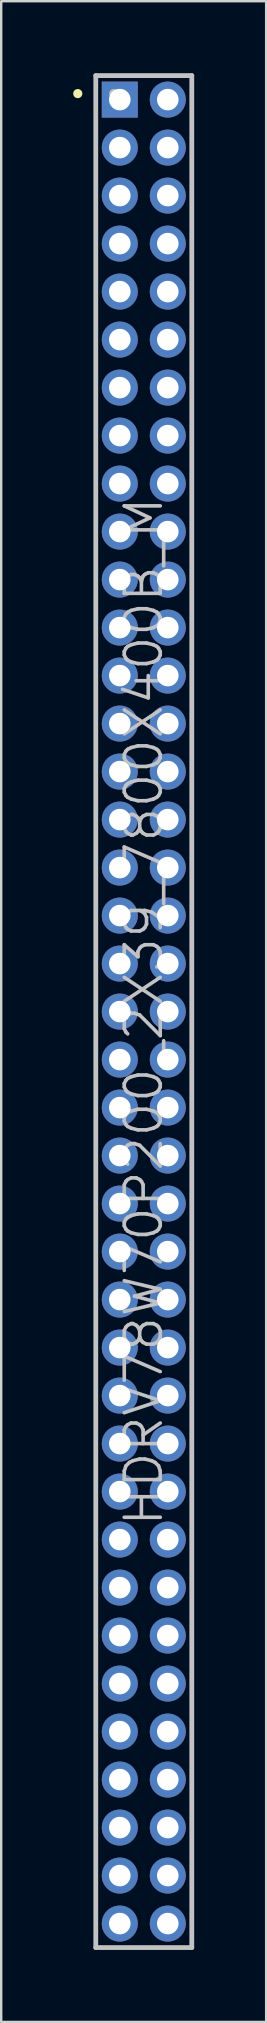
<source format=kicad_pcb>
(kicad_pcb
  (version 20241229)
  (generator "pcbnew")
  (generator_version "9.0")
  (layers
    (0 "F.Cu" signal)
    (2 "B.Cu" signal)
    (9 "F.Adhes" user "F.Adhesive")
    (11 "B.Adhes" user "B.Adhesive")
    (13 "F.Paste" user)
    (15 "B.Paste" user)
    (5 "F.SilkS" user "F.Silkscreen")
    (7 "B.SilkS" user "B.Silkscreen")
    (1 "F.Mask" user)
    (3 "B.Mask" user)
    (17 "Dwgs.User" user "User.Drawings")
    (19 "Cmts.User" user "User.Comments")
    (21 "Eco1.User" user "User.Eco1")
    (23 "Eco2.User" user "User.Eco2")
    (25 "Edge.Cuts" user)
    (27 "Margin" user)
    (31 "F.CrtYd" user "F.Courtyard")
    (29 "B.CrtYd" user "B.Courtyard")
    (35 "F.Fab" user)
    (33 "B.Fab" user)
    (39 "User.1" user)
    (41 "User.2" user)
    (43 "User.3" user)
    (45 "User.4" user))
  (footprint "HDRV78W70P200_2X39_7800X400B_M"
    (layer "F.Cu")
    (at 2.941 39.1)
    (property "Reference" "HDRV78W70P200_2X39_7800X400B_M" (at 0 0 90) (layer "Dwgs.User") (effects (font (size 1.5 1.5) (thickness 0.15))))
    (attr through_hole)
    (fp_line (start -2.75 -38.25) (end -2.75 -38.25) (stroke (width 0.381) (type solid)) (layer "F.SilkS"))
    (fp_line (start -2 -39) (end -2 39) (stroke (width 0.2) (type solid)) (layer "Dwgs.User"))
    (fp_line (start -2 -39) (end 2 -39) (stroke (width 0.2) (type solid)) (layer "Dwgs.User"))
    (fp_line (start -2 39) (end 2 39) (stroke (width 0.2) (type solid)) (layer "Dwgs.User"))
    (fp_line (start -1.25 -38.25) (end -1.25 -38.25) (stroke (width 0.381) (type solid)) (layer "Dwgs.User"))
    (fp_line (start 2 -39) (end 2 39) (stroke (width 0.2) (type solid)) (layer "Dwgs.User"))
    (pad "1" thru_hole rect (at -1 -38) (size 1.5 1.5) (drill 0.9) (layers "*.Cu" "*.Mask"))
    (pad "2" thru_hole circle (at 1 -38 270) (size 1.5 1.5) (drill 0.9) (layers "*.Cu" "*.Mask"))
    (pad "3" thru_hole circle (at -1 -36 270) (size 1.5 1.5) (drill 0.9) (layers "*.Cu" "*.Mask"))
    (pad "4" thru_hole circle (at 1 -36 270) (size 1.5 1.5) (drill 0.9) (layers "*.Cu" "*.Mask"))
    (pad "5" thru_hole circle (at -1 -34 270) (size 1.5 1.5) (drill 0.9) (layers "*.Cu" "*.Mask"))
    (pad "6" thru_hole circle (at 1 -34 270) (size 1.5 1.5) (drill 0.9) (layers "*.Cu" "*.Mask"))
    (pad "7" thru_hole circle (at -1 -32 270) (size 1.5 1.5) (drill 0.9) (layers "*.Cu" "*.Mask"))
    (pad "8" thru_hole circle (at 1 -32 270) (size 1.5 1.5) (drill 0.9) (layers "*.Cu" "*.Mask"))
    (pad "9" thru_hole circle (at -1 -30 270) (size 1.5 1.5) (drill 0.9) (layers "*.Cu" "*.Mask"))
    (pad "10" thru_hole circle (at 1 -30 270) (size 1.5 1.5) (drill 0.9) (layers "*.Cu" "*.Mask"))
    (pad "11" thru_hole circle (at -1 -28 270) (size 1.5 1.5) (drill 0.9) (layers "*.Cu" "*.Mask"))
    (pad "12" thru_hole circle (at 1 -28 270) (size 1.5 1.5) (drill 0.9) (layers "*.Cu" "*.Mask"))
    (pad "13" thru_hole circle (at -1 -26 270) (size 1.5 1.5) (drill 0.9) (layers "*.Cu" "*.Mask"))
    (pad "14" thru_hole circle (at 1 -26 270) (size 1.5 1.5) (drill 0.9) (layers "*.Cu" "*.Mask"))
    (pad "15" thru_hole circle (at -1 -24 270) (size 1.5 1.5) (drill 0.9) (layers "*.Cu" "*.Mask"))
    (pad "16" thru_hole circle (at 1 -24 270) (size 1.5 1.5) (drill 0.9) (layers "*.Cu" "*.Mask"))
    (pad "17" thru_hole circle (at -1 -22 270) (size 1.5 1.5) (drill 0.9) (layers "*.Cu" "*.Mask"))
    (pad "18" thru_hole circle (at 1 -22 270) (size 1.5 1.5) (drill 0.9) (layers "*.Cu" "*.Mask"))
    (pad "19" thru_hole circle (at -1 -20 270) (size 1.5 1.5) (drill 0.9) (layers "*.Cu" "*.Mask"))
    (pad "20" thru_hole circle (at 1 -20 270) (size 1.5 1.5) (drill 0.9) (layers "*.Cu" "*.Mask"))
    (pad "21" thru_hole circle (at -1 -18 270) (size 1.5 1.5) (drill 0.9) (layers "*.Cu" "*.Mask"))
    (pad "22" thru_hole circle (at 1 -18 270) (size 1.5 1.5) (drill 0.9) (layers "*.Cu" "*.Mask"))
    (pad "23" thru_hole circle (at -1 -16 270) (size 1.5 1.5) (drill 0.9) (layers "*.Cu" "*.Mask"))
    (pad "24" thru_hole circle (at 1 -16 270) (size 1.5 1.5) (drill 0.9) (layers "*.Cu" "*.Mask"))
    (pad "25" thru_hole circle (at -1 -14 270) (size 1.5 1.5) (drill 0.9) (layers "*.Cu" "*.Mask"))
    (pad "26" thru_hole circle (at 1 -14 270) (size 1.5 1.5) (drill 0.9) (layers "*.Cu" "*.Mask"))
    (pad "27" thru_hole circle (at -1 -12 270) (size 1.5 1.5) (drill 0.9) (layers "*.Cu" "*.Mask"))
    (pad "28" thru_hole circle (at 1 -12 270) (size 1.5 1.5) (drill 0.9) (layers "*.Cu" "*.Mask"))
    (pad "29" thru_hole circle (at -1 -10 270) (size 1.5 1.5) (drill 0.9) (layers "*.Cu" "*.Mask"))
    (pad "30" thru_hole circle (at 1 -10 270) (size 1.5 1.5) (drill 0.9) (layers "*.Cu" "*.Mask"))
    (pad "31" thru_hole circle (at -1 -8 270) (size 1.5 1.5) (drill 0.9) (layers "*.Cu" "*.Mask"))
    (pad "32" thru_hole circle (at 1 -8 270) (size 1.5 1.5) (drill 0.9) (layers "*.Cu" "*.Mask"))
    (pad "33" thru_hole circle (at -1 -6 270) (size 1.5 1.5) (drill 0.9) (layers "*.Cu" "*.Mask"))
    (pad "34" thru_hole circle (at 1 -6 270) (size 1.5 1.5) (drill 0.9) (layers "*.Cu" "*.Mask"))
    (pad "35" thru_hole circle (at -1 -4 270) (size 1.5 1.5) (drill 0.9) (layers "*.Cu" "*.Mask"))
    (pad "36" thru_hole circle (at 1 -4 270) (size 1.5 1.5) (drill 0.9) (layers "*.Cu" "*.Mask"))
    (pad "37" thru_hole circle (at -1 -2 270) (size 1.5 1.5) (drill 0.9) (layers "*.Cu" "*.Mask"))
    (pad "38" thru_hole circle (at 1 -2 270) (size 1.5 1.5) (drill 0.9) (layers "*.Cu" "*.Mask"))
    (pad "39" thru_hole circle (at -1 0 270) (size 1.5 1.5) (drill 0.9) (layers "*.Cu" "*.Mask"))
    (pad "40" thru_hole circle (at 1 0 270) (size 1.5 1.5) (drill 0.9) (layers "*.Cu" "*.Mask"))
    (pad "41" thru_hole circle (at -1 2 270) (size 1.5 1.5) (drill 0.9) (layers "*.Cu" "*.Mask"))
    (pad "42" thru_hole circle (at 1 2 270) (size 1.5 1.5) (drill 0.9) (layers "*.Cu" "*.Mask"))
    (pad "43" thru_hole circle (at -1 4 270) (size 1.5 1.5) (drill 0.9) (layers "*.Cu" "*.Mask"))
    (pad "44" thru_hole circle (at 1 4 270) (size 1.5 1.5) (drill 0.9) (layers "*.Cu" "*.Mask"))
    (pad "45" thru_hole circle (at -1 6 270) (size 1.5 1.5) (drill 0.9) (layers "*.Cu" "*.Mask"))
    (pad "46" thru_hole circle (at 1 6 270) (size 1.5 1.5) (drill 0.9) (layers "*.Cu" "*.Mask"))
    (pad "47" thru_hole circle (at -1 8 270) (size 1.5 1.5) (drill 0.9) (layers "*.Cu" "*.Mask"))
    (pad "48" thru_hole circle (at 1 8 270) (size 1.5 1.5) (drill 0.9) (layers "*.Cu" "*.Mask"))
    (pad "49" thru_hole circle (at -1 10 270) (size 1.5 1.5) (drill 0.9) (layers "*.Cu" "*.Mask"))
    (pad "50" thru_hole circle (at 1 10 270) (size 1.5 1.5) (drill 0.9) (layers "*.Cu" "*.Mask"))
    (pad "51" thru_hole circle (at -1 12 270) (size 1.5 1.5) (drill 0.9) (layers "*.Cu" "*.Mask"))
    (pad "52" thru_hole circle (at 1 12 270) (size 1.5 1.5) (drill 0.9) (layers "*.Cu" "*.Mask"))
    (pad "53" thru_hole circle (at -1 14 270) (size 1.5 1.5) (drill 0.9) (layers "*.Cu" "*.Mask"))
    (pad "54" thru_hole circle (at 1 14 270) (size 1.5 1.5) (drill 0.9) (layers "*.Cu" "*.Mask"))
    (pad "55" thru_hole circle (at -1 16 270) (size 1.5 1.5) (drill 0.9) (layers "*.Cu" "*.Mask"))
    (pad "56" thru_hole circle (at 1 16 270) (size 1.5 1.5) (drill 0.9) (layers "*.Cu" "*.Mask"))
    (pad "57" thru_hole circle (at -1 18 270) (size 1.5 1.5) (drill 0.9) (layers "*.Cu" "*.Mask"))
    (pad "58" thru_hole circle (at 1 18 270) (size 1.5 1.5) (drill 0.9) (layers "*.Cu" "*.Mask"))
    (pad "59" thru_hole circle (at -1 20 270) (size 1.5 1.5) (drill 0.9) (layers "*.Cu" "*.Mask"))
    (pad "60" thru_hole circle (at 1 20 270) (size 1.5 1.5) (drill 0.9) (layers "*.Cu" "*.Mask"))
    (pad "61" thru_hole circle (at -1 22 270) (size 1.5 1.5) (drill 0.9) (layers "*.Cu" "*.Mask"))
    (pad "62" thru_hole circle (at 1 22 270) (size 1.5 1.5) (drill 0.9) (layers "*.Cu" "*.Mask"))
    (pad "63" thru_hole circle (at -1 24 270) (size 1.5 1.5) (drill 0.9) (layers "*.Cu" "*.Mask"))
    (pad "64" thru_hole circle (at 1 24 270) (size 1.5 1.5) (drill 0.9) (layers "*.Cu" "*.Mask"))
    (pad "65" thru_hole circle (at -1 26 270) (size 1.5 1.5) (drill 0.9) (layers "*.Cu" "*.Mask"))
    (pad "66" thru_hole circle (at 1 26 270) (size 1.5 1.5) (drill 0.9) (layers "*.Cu" "*.Mask"))
    (pad "67" thru_hole circle (at -1 28 270) (size 1.5 1.5) (drill 0.9) (layers "*.Cu" "*.Mask"))
    (pad "68" thru_hole circle (at 1 28 270) (size 1.5 1.5) (drill 0.9) (layers "*.Cu" "*.Mask"))
    (pad "69" thru_hole circle (at -1 30 270) (size 1.5 1.5) (drill 0.9) (layers "*.Cu" "*.Mask"))
    (pad "70" thru_hole circle (at 1 30 270) (size 1.5 1.5) (drill 0.9) (layers "*.Cu" "*.Mask"))
    (pad "71" thru_hole circle (at -1 32 270) (size 1.5 1.5) (drill 0.9) (layers "*.Cu" "*.Mask"))
    (pad "72" thru_hole circle (at 1 32 270) (size 1.5 1.5) (drill 0.9) (layers "*.Cu" "*.Mask"))
    (pad "73" thru_hole circle (at -1 34 270) (size 1.5 1.5) (drill 0.9) (layers "*.Cu" "*.Mask"))
    (pad "74" thru_hole circle (at 1 34 270) (size 1.5 1.5) (drill 0.9) (layers "*.Cu" "*.Mask"))
    (pad "75" thru_hole circle (at -1 36 270) (size 1.5 1.5) (drill 0.9) (layers "*.Cu" "*.Mask"))
    (pad "76" thru_hole circle (at 1 36 270) (size 1.5 1.5) (drill 0.9) (layers "*.Cu" "*.Mask"))
    (pad "77" thru_hole circle (at -1 38 270) (size 1.5 1.5) (drill 0.9) (layers "*.Cu" "*.Mask"))
    (pad "78" thru_hole circle (at 1 38 270) (size 1.5 1.5) (drill 0.9) (layers "*.Cu" "*.Mask")))
  (gr_rect
    (start -3 -3)
    (end 8.04 81.2)
    (stroke (width 0.1) (type default))
    (fill no)
    (layer "Edge.Cuts")))
</source>
